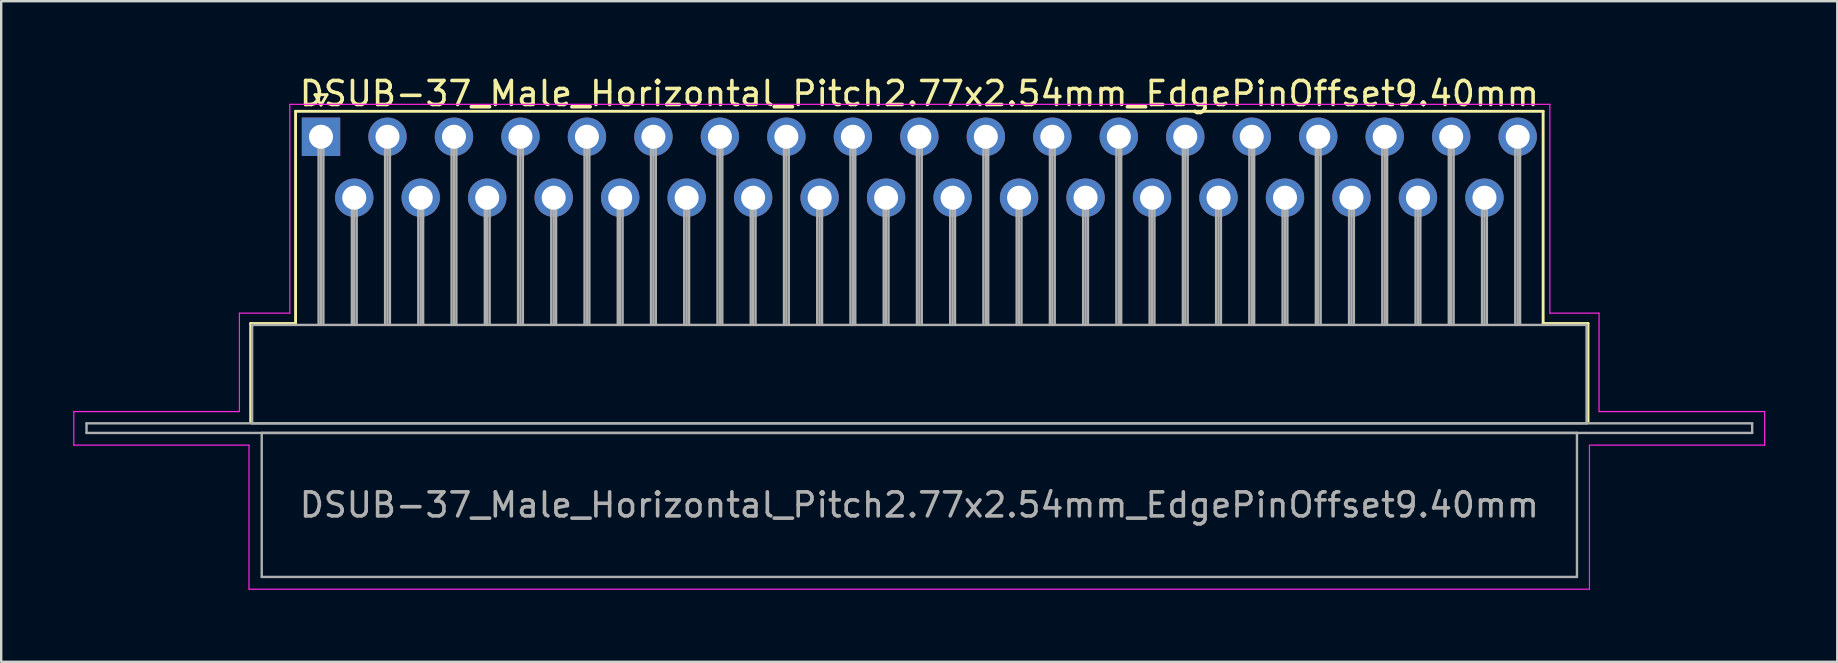
<source format=kicad_pcb>
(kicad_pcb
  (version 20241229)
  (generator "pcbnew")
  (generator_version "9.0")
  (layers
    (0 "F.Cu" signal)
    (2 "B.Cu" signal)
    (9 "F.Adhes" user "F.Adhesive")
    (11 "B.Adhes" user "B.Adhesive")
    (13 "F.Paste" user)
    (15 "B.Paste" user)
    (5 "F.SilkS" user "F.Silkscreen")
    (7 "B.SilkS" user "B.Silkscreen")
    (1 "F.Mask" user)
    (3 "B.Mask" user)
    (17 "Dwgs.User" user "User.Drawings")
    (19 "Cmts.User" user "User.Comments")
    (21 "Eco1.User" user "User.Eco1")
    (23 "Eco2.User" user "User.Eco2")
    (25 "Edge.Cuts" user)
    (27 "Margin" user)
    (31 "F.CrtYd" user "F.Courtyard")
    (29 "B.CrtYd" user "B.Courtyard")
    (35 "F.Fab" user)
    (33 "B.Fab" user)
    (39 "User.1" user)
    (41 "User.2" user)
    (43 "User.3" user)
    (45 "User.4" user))
  (footprint "DSUB-37_Male_Horizontal_Pitch2.77x2.54mm_EdgePinOffset9.40mm"
    (layer "F.Cu")
    (at 10.325 2.648)
    (property "Reference" "DSUB-37_Male_Horizontal_Pitch2.77x2.54mm_EdgePinOffset9.40mm" (at 24.93 -1.8 0) (layer "F.SilkS") (effects (font (size 1 1) (thickness 0.15))))
    (attr through_hole)
    (fp_line (start -2.93 7.78) (end -1.06 7.78) (stroke (width 0.12) (type solid)) (layer "F.SilkS"))
    (fp_line (start -2.93 11.88) (end -2.93 7.78) (stroke (width 0.12) (type solid)) (layer "F.SilkS"))
    (fp_line (start -1.06 -1.06) (end 50.92 -1.06) (stroke (width 0.12) (type solid)) (layer "F.SilkS"))
    (fp_line (start -1.06 7.78) (end -1.06 -1.06) (stroke (width 0.12) (type solid)) (layer "F.SilkS"))
    (fp_line (start -0.25 -1.754) (end 0.25 -1.754) (stroke (width 0.12) (type solid)) (layer "F.SilkS"))
    (fp_line (start 0 -1.321) (end -0.25 -1.754) (stroke (width 0.12) (type solid)) (layer "F.SilkS"))
    (fp_line (start 0.25 -1.754) (end 0 -1.321) (stroke (width 0.12) (type solid)) (layer "F.SilkS"))
    (fp_line (start 50.92 -1.06) (end 50.92 7.78) (stroke (width 0.12) (type solid)) (layer "F.SilkS"))
    (fp_line (start 50.92 7.78) (end 52.79 7.78) (stroke (width 0.12) (type solid)) (layer "F.SilkS"))
    (fp_line (start 52.79 7.78) (end 52.79 11.88) (stroke (width 0.12) (type solid)) (layer "F.SilkS"))
    (fp_line (start -10.3 11.45) (end -3.4 11.45) (stroke (width 0.05) (type solid)) (layer "F.CrtYd"))
    (fp_line (start -10.3 12.85) (end -10.3 11.45) (stroke (width 0.05) (type solid)) (layer "F.CrtYd"))
    (fp_line (start -3.4 7.35) (end -1.3 7.35) (stroke (width 0.05) (type solid)) (layer "F.CrtYd"))
    (fp_line (start -3.4 11.45) (end -3.4 7.35) (stroke (width 0.05) (type solid)) (layer "F.CrtYd"))
    (fp_line (start -3 12.85) (end -10.3 12.85) (stroke (width 0.05) (type solid)) (layer "F.CrtYd"))
    (fp_line (start -3 18.85) (end -3 12.85) (stroke (width 0.05) (type solid)) (layer "F.CrtYd"))
    (fp_line (start -1.3 -1.35) (end 51.2 -1.35) (stroke (width 0.05) (type solid)) (layer "F.CrtYd"))
    (fp_line (start -1.3 7.35) (end -1.3 -1.35) (stroke (width 0.05) (type solid)) (layer "F.CrtYd"))
    (fp_line (start 51.2 -1.35) (end 51.2 7.35) (stroke (width 0.05) (type solid)) (layer "F.CrtYd"))
    (fp_line (start 51.2 7.35) (end 53.25 7.35) (stroke (width 0.05) (type solid)) (layer "F.CrtYd"))
    (fp_line (start 52.85 12.85) (end 52.85 18.85) (stroke (width 0.05) (type solid)) (layer "F.CrtYd"))
    (fp_line (start 52.85 18.85) (end -3 18.85) (stroke (width 0.05) (type solid)) (layer "F.CrtYd"))
    (fp_line (start 53.25 7.35) (end 53.25 11.45) (stroke (width 0.05) (type solid)) (layer "F.CrtYd"))
    (fp_line (start 53.25 11.45) (end 60.15 11.45) (stroke (width 0.05) (type solid)) (layer "F.CrtYd"))
    (fp_line (start 60.15 11.45) (end 60.15 12.85) (stroke (width 0.05) (type solid)) (layer "F.CrtYd"))
    (fp_line (start 60.15 12.85) (end 52.85 12.85) (stroke (width 0.05) (type solid)) (layer "F.CrtYd"))
    (fp_line (start -9.77 11.94) (end -9.77 12.34) (stroke (width 0.1) (type solid)) (layer "F.Fab"))
    (fp_line (start -9.77 12.34) (end 59.63 12.34) (stroke (width 0.1) (type solid)) (layer "F.Fab"))
    (fp_line (start -2.87 7.84) (end -2.87 11.94) (stroke (width 0.1) (type solid)) (layer "F.Fab"))
    (fp_line (start -2.87 11.94) (end 52.73 11.94) (stroke (width 0.1) (type solid)) (layer "F.Fab"))
    (fp_line (start -2.47 12.34) (end -2.47 18.34) (stroke (width 0.1) (type solid)) (layer "F.Fab"))
    (fp_line (start -2.47 18.34) (end 52.33 18.34) (stroke (width 0.1) (type solid)) (layer "F.Fab"))
    (fp_line (start -0.1 0) (end -0.1 7.84) (stroke (width 0.1) (type solid)) (layer "F.Fab"))
    (fp_line (start 0 0) (end 0 7.84) (stroke (width 0.1) (type solid)) (layer "F.Fab"))
    (fp_line (start 0.1 0) (end 0.1 7.84) (stroke (width 0.1) (type solid)) (layer "F.Fab"))
    (fp_line (start 1.285 2.54) (end 1.285 7.84) (stroke (width 0.1) (type solid)) (layer "F.Fab"))
    (fp_line (start 1.385 2.54) (end 1.385 7.84) (stroke (width 0.1) (type solid)) (layer "F.Fab"))
    (fp_line (start 1.485 2.54) (end 1.485 7.84) (stroke (width 0.1) (type solid)) (layer "F.Fab"))
    (fp_line (start 2.67 0) (end 2.67 7.84) (stroke (width 0.1) (type solid)) (layer "F.Fab"))
    (fp_line (start 2.77 0) (end 2.77 7.84) (stroke (width 0.1) (type solid)) (layer "F.Fab"))
    (fp_line (start 2.87 0) (end 2.87 7.84) (stroke (width 0.1) (type solid)) (layer "F.Fab"))
    (fp_line (start 4.055 2.54) (end 4.055 7.84) (stroke (width 0.1) (type solid)) (layer "F.Fab"))
    (fp_line (start 4.155 2.54) (end 4.155 7.84) (stroke (width 0.1) (type solid)) (layer "F.Fab"))
    (fp_line (start 4.255 2.54) (end 4.255 7.84) (stroke (width 0.1) (type solid)) (layer "F.Fab"))
    (fp_line (start 5.44 0) (end 5.44 7.84) (stroke (width 0.1) (type solid)) (layer "F.Fab"))
    (fp_line (start 5.54 0) (end 5.54 7.84) (stroke (width 0.1) (type solid)) (layer "F.Fab"))
    (fp_line (start 5.64 0) (end 5.64 7.84) (stroke (width 0.1) (type solid)) (layer "F.Fab"))
    (fp_line (start 6.825 2.54) (end 6.825 7.84) (stroke (width 0.1) (type solid)) (layer "F.Fab"))
    (fp_line (start 6.925 2.54) (end 6.925 7.84) (stroke (width 0.1) (type solid)) (layer "F.Fab"))
    (fp_line (start 7.025 2.54) (end 7.025 7.84) (stroke (width 0.1) (type solid)) (layer "F.Fab"))
    (fp_line (start 8.21 0) (end 8.21 7.84) (stroke (width 0.1) (type solid)) (layer "F.Fab"))
    (fp_line (start 8.31 0) (end 8.31 7.84) (stroke (width 0.1) (type solid)) (layer "F.Fab"))
    (fp_line (start 8.41 0) (end 8.41 7.84) (stroke (width 0.1) (type solid)) (layer "F.Fab"))
    (fp_line (start 9.595 2.54) (end 9.595 7.84) (stroke (width 0.1) (type solid)) (layer "F.Fab"))
    (fp_line (start 9.695 2.54) (end 9.695 7.84) (stroke (width 0.1) (type solid)) (layer "F.Fab"))
    (fp_line (start 9.795 2.54) (end 9.795 7.84) (stroke (width 0.1) (type solid)) (layer "F.Fab"))
    (fp_line (start 10.98 0) (end 10.98 7.84) (stroke (width 0.1) (type solid)) (layer "F.Fab"))
    (fp_line (start 11.08 0) (end 11.08 7.84) (stroke (width 0.1) (type solid)) (layer "F.Fab"))
    (fp_line (start 11.18 0) (end 11.18 7.84) (stroke (width 0.1) (type solid)) (layer "F.Fab"))
    (fp_line (start 12.365 2.54) (end 12.365 7.84) (stroke (width 0.1) (type solid)) (layer "F.Fab"))
    (fp_line (start 12.465 2.54) (end 12.465 7.84) (stroke (width 0.1) (type solid)) (layer "F.Fab"))
    (fp_line (start 12.565 2.54) (end 12.565 7.84) (stroke (width 0.1) (type solid)) (layer "F.Fab"))
    (fp_line (start 13.75 0) (end 13.75 7.84) (stroke (width 0.1) (type solid)) (layer "F.Fab"))
    (fp_line (start 13.85 0) (end 13.85 7.84) (stroke (width 0.1) (type solid)) (layer "F.Fab"))
    (fp_line (start 13.95 0) (end 13.95 7.84) (stroke (width 0.1) (type solid)) (layer "F.Fab"))
    (fp_line (start 15.135 2.54) (end 15.135 7.84) (stroke (width 0.1) (type solid)) (layer "F.Fab"))
    (fp_line (start 15.235 2.54) (end 15.235 7.84) (stroke (width 0.1) (type solid)) (layer "F.Fab"))
    (fp_line (start 15.335 2.54) (end 15.335 7.84) (stroke (width 0.1) (type solid)) (layer "F.Fab"))
    (fp_line (start 16.52 0) (end 16.52 7.84) (stroke (width 0.1) (type solid)) (layer "F.Fab"))
    (fp_line (start 16.62 0) (end 16.62 7.84) (stroke (width 0.1) (type solid)) (layer "F.Fab"))
    (fp_line (start 16.72 0) (end 16.72 7.84) (stroke (width 0.1) (type solid)) (layer "F.Fab"))
    (fp_line (start 17.905 2.54) (end 17.905 7.84) (stroke (width 0.1) (type solid)) (layer "F.Fab"))
    (fp_line (start 18.005 2.54) (end 18.005 7.84) (stroke (width 0.1) (type solid)) (layer "F.Fab"))
    (fp_line (start 18.105 2.54) (end 18.105 7.84) (stroke (width 0.1) (type solid)) (layer "F.Fab"))
    (fp_line (start 19.29 0) (end 19.29 7.84) (stroke (width 0.1) (type solid)) (layer "F.Fab"))
    (fp_line (start 19.39 0) (end 19.39 7.84) (stroke (width 0.1) (type solid)) (layer "F.Fab"))
    (fp_line (start 19.49 0) (end 19.49 7.84) (stroke (width 0.1) (type solid)) (layer "F.Fab"))
    (fp_line (start 20.675 2.54) (end 20.675 7.84) (stroke (width 0.1) (type solid)) (layer "F.Fab"))
    (fp_line (start 20.775 2.54) (end 20.775 7.84) (stroke (width 0.1) (type solid)) (layer "F.Fab"))
    (fp_line (start 20.875 2.54) (end 20.875 7.84) (stroke (width 0.1) (type solid)) (layer "F.Fab"))
    (fp_line (start 22.06 0) (end 22.06 7.84) (stroke (width 0.1) (type solid)) (layer "F.Fab"))
    (fp_line (start 22.16 0) (end 22.16 7.84) (stroke (width 0.1) (type solid)) (layer "F.Fab"))
    (fp_line (start 22.26 0) (end 22.26 7.84) (stroke (width 0.1) (type solid)) (layer "F.Fab"))
    (fp_line (start 23.445 2.54) (end 23.445 7.84) (stroke (width 0.1) (type solid)) (layer "F.Fab"))
    (fp_line (start 23.545 2.54) (end 23.545 7.84) (stroke (width 0.1) (type solid)) (layer "F.Fab"))
    (fp_line (start 23.645 2.54) (end 23.645 7.84) (stroke (width 0.1) (type solid)) (layer "F.Fab"))
    (fp_line (start 24.83 0) (end 24.83 7.84) (stroke (width 0.1) (type solid)) (layer "F.Fab"))
    (fp_line (start 24.93 0) (end 24.93 7.84) (stroke (width 0.1) (type solid)) (layer "F.Fab"))
    (fp_line (start 25.03 0) (end 25.03 7.84) (stroke (width 0.1) (type solid)) (layer "F.Fab"))
    (fp_line (start 26.215 2.54) (end 26.215 7.84) (stroke (width 0.1) (type solid)) (layer "F.Fab"))
    (fp_line (start 26.315 2.54) (end 26.315 7.84) (stroke (width 0.1) (type solid)) (layer "F.Fab"))
    (fp_line (start 26.415 2.54) (end 26.415 7.84) (stroke (width 0.1) (type solid)) (layer "F.Fab"))
    (fp_line (start 27.6 0) (end 27.6 7.84) (stroke (width 0.1) (type solid)) (layer "F.Fab"))
    (fp_line (start 27.7 0) (end 27.7 7.84) (stroke (width 0.1) (type solid)) (layer "F.Fab"))
    (fp_line (start 27.8 0) (end 27.8 7.84) (stroke (width 0.1) (type solid)) (layer "F.Fab"))
    (fp_line (start 28.985 2.54) (end 28.985 7.84) (stroke (width 0.1) (type solid)) (layer "F.Fab"))
    (fp_line (start 29.085 2.54) (end 29.085 7.84) (stroke (width 0.1) (type solid)) (layer "F.Fab"))
    (fp_line (start 29.185 2.54) (end 29.185 7.84) (stroke (width 0.1) (type solid)) (layer "F.Fab"))
    (fp_line (start 30.37 0) (end 30.37 7.84) (stroke (width 0.1) (type solid)) (layer "F.Fab"))
    (fp_line (start 30.47 0) (end 30.47 7.84) (stroke (width 0.1) (type solid)) (layer "F.Fab"))
    (fp_line (start 30.57 0) (end 30.57 7.84) (stroke (width 0.1) (type solid)) (layer "F.Fab"))
    (fp_line (start 31.755 2.54) (end 31.755 7.84) (stroke (width 0.1) (type solid)) (layer "F.Fab"))
    (fp_line (start 31.855 2.54) (end 31.855 7.84) (stroke (width 0.1) (type solid)) (layer "F.Fab"))
    (fp_line (start 31.955 2.54) (end 31.955 7.84) (stroke (width 0.1) (type solid)) (layer "F.Fab"))
    (fp_line (start 33.14 0) (end 33.14 7.84) (stroke (width 0.1) (type solid)) (layer "F.Fab"))
    (fp_line (start 33.24 0) (end 33.24 7.84) (stroke (width 0.1) (type solid)) (layer "F.Fab"))
    (fp_line (start 33.34 0) (end 33.34 7.84) (stroke (width 0.1) (type solid)) (layer "F.Fab"))
    (fp_line (start 34.525 2.54) (end 34.525 7.84) (stroke (width 0.1) (type solid)) (layer "F.Fab"))
    (fp_line (start 34.625 2.54) (end 34.625 7.84) (stroke (width 0.1) (type solid)) (layer "F.Fab"))
    (fp_line (start 34.725 2.54) (end 34.725 7.84) (stroke (width 0.1) (type solid)) (layer "F.Fab"))
    (fp_line (start 35.91 0) (end 35.91 7.84) (stroke (width 0.1) (type solid)) (layer "F.Fab"))
    (fp_line (start 36.01 0) (end 36.01 7.84) (stroke (width 0.1) (type solid)) (layer "F.Fab"))
    (fp_line (start 36.11 0) (end 36.11 7.84) (stroke (width 0.1) (type solid)) (layer "F.Fab"))
    (fp_line (start 37.295 2.54) (end 37.295 7.84) (stroke (width 0.1) (type solid)) (layer "F.Fab"))
    (fp_line (start 37.395 2.54) (end 37.395 7.84) (stroke (width 0.1) (type solid)) (layer "F.Fab"))
    (fp_line (start 37.495 2.54) (end 37.495 7.84) (stroke (width 0.1) (type solid)) (layer "F.Fab"))
    (fp_line (start 38.68 0) (end 38.68 7.84) (stroke (width 0.1) (type solid)) (layer "F.Fab"))
    (fp_line (start 38.78 0) (end 38.78 7.84) (stroke (width 0.1) (type solid)) (layer "F.Fab"))
    (fp_line (start 38.88 0) (end 38.88 7.84) (stroke (width 0.1) (type solid)) (layer "F.Fab"))
    (fp_line (start 40.065 2.54) (end 40.065 7.84) (stroke (width 0.1) (type solid)) (layer "F.Fab"))
    (fp_line (start 40.165 2.54) (end 40.165 7.84) (stroke (width 0.1) (type solid)) (layer "F.Fab"))
    (fp_line (start 40.265 2.54) (end 40.265 7.84) (stroke (width 0.1) (type solid)) (layer "F.Fab"))
    (fp_line (start 41.45 0) (end 41.45 7.84) (stroke (width 0.1) (type solid)) (layer "F.Fab"))
    (fp_line (start 41.55 0) (end 41.55 7.84) (stroke (width 0.1) (type solid)) (layer "F.Fab"))
    (fp_line (start 41.65 0) (end 41.65 7.84) (stroke (width 0.1) (type solid)) (layer "F.Fab"))
    (fp_line (start 42.835 2.54) (end 42.835 7.84) (stroke (width 0.1) (type solid)) (layer "F.Fab"))
    (fp_line (start 42.935 2.54) (end 42.935 7.84) (stroke (width 0.1) (type solid)) (layer "F.Fab"))
    (fp_line (start 43.035 2.54) (end 43.035 7.84) (stroke (width 0.1) (type solid)) (layer "F.Fab"))
    (fp_line (start 44.22 0) (end 44.22 7.84) (stroke (width 0.1) (type solid)) (layer "F.Fab"))
    (fp_line (start 44.32 0) (end 44.32 7.84) (stroke (width 0.1) (type solid)) (layer "F.Fab"))
    (fp_line (start 44.42 0) (end 44.42 7.84) (stroke (width 0.1) (type solid)) (layer "F.Fab"))
    (fp_line (start 45.605 2.54) (end 45.605 7.84) (stroke (width 0.1) (type solid)) (layer "F.Fab"))
    (fp_line (start 45.705 2.54) (end 45.705 7.84) (stroke (width 0.1) (type solid)) (layer "F.Fab"))
    (fp_line (start 45.805 2.54) (end 45.805 7.84) (stroke (width 0.1) (type solid)) (layer "F.Fab"))
    (fp_line (start 46.99 0) (end 46.99 7.84) (stroke (width 0.1) (type solid)) (layer "F.Fab"))
    (fp_line (start 47.09 0) (end 47.09 7.84) (stroke (width 0.1) (type solid)) (layer "F.Fab"))
    (fp_line (start 47.19 0) (end 47.19 7.84) (stroke (width 0.1) (type solid)) (layer "F.Fab"))
    (fp_line (start 48.375 2.54) (end 48.375 7.84) (stroke (width 0.1) (type solid)) (layer "F.Fab"))
    (fp_line (start 48.475 2.54) (end 48.475 7.84) (stroke (width 0.1) (type solid)) (layer "F.Fab"))
    (fp_line (start 48.575 2.54) (end 48.575 7.84) (stroke (width 0.1) (type solid)) (layer "F.Fab"))
    (fp_line (start 49.76 0) (end 49.76 7.84) (stroke (width 0.1) (type solid)) (layer "F.Fab"))
    (fp_line (start 49.86 0) (end 49.86 7.84) (stroke (width 0.1) (type solid)) (layer "F.Fab"))
    (fp_line (start 49.96 0) (end 49.96 7.84) (stroke (width 0.1) (type solid)) (layer "F.Fab"))
    (fp_line (start 52.33 12.34) (end -2.47 12.34) (stroke (width 0.1) (type solid)) (layer "F.Fab"))
    (fp_line (start 52.33 18.34) (end 52.33 12.34) (stroke (width 0.1) (type solid)) (layer "F.Fab"))
    (fp_line (start 52.73 7.84) (end -2.87 7.84) (stroke (width 0.1) (type solid)) (layer "F.Fab"))
    (fp_line (start 52.73 11.94) (end 52.73 7.84) (stroke (width 0.1) (type solid)) (layer "F.Fab"))
    (fp_line (start 59.63 11.94) (end -9.77 11.94) (stroke (width 0.1) (type solid)) (layer "F.Fab"))
    (fp_line (start 59.63 12.34) (end 59.63 11.94) (stroke (width 0.1) (type solid)) (layer "F.Fab"))
    (fp_text user "${REFERENCE}" (at 24.93 15.34 0) (layer "F.Fab") (effects (font (size 1 1) (thickness 0.15))))
    (pad "1" thru_hole rect (at 0 0) (size 1.6 1.6) (drill 1) (layers "*.Cu" "*.Mask"))
    (pad "2" thru_hole circle (at 2.77 0) (size 1.6 1.6) (drill 1) (layers "*.Cu" "*.Mask"))
    (pad "3" thru_hole circle (at 5.54 0) (size 1.6 1.6) (drill 1) (layers "*.Cu" "*.Mask"))
    (pad "4" thru_hole circle (at 8.31 0) (size 1.6 1.6) (drill 1) (layers "*.Cu" "*.Mask"))
    (pad "5" thru_hole circle (at 11.08 0) (size 1.6 1.6) (drill 1) (layers "*.Cu" "*.Mask"))
    (pad "6" thru_hole circle (at 13.85 0) (size 1.6 1.6) (drill 1) (layers "*.Cu" "*.Mask"))
    (pad "7" thru_hole circle (at 16.62 0) (size 1.6 1.6) (drill 1) (layers "*.Cu" "*.Mask"))
    (pad "8" thru_hole circle (at 19.39 0) (size 1.6 1.6) (drill 1) (layers "*.Cu" "*.Mask"))
    (pad "9" thru_hole circle (at 22.16 0) (size 1.6 1.6) (drill 1) (layers "*.Cu" "*.Mask"))
    (pad "10" thru_hole circle (at 24.93 0) (size 1.6 1.6) (drill 1) (layers "*.Cu" "*.Mask"))
    (pad "11" thru_hole circle (at 27.7 0) (size 1.6 1.6) (drill 1) (layers "*.Cu" "*.Mask"))
    (pad "12" thru_hole circle (at 30.47 0) (size 1.6 1.6) (drill 1) (layers "*.Cu" "*.Mask"))
    (pad "13" thru_hole circle (at 33.24 0) (size 1.6 1.6) (drill 1) (layers "*.Cu" "*.Mask"))
    (pad "14" thru_hole circle (at 36.01 0) (size 1.6 1.6) (drill 1) (layers "*.Cu" "*.Mask"))
    (pad "15" thru_hole circle (at 38.78 0) (size 1.6 1.6) (drill 1) (layers "*.Cu" "*.Mask"))
    (pad "16" thru_hole circle (at 41.55 0) (size 1.6 1.6) (drill 1) (layers "*.Cu" "*.Mask"))
    (pad "17" thru_hole circle (at 44.32 0) (size 1.6 1.6) (drill 1) (layers "*.Cu" "*.Mask"))
    (pad "18" thru_hole circle (at 47.09 0) (size 1.6 1.6) (drill 1) (layers "*.Cu" "*.Mask"))
    (pad "19" thru_hole circle (at 49.86 0) (size 1.6 1.6) (drill 1) (layers "*.Cu" "*.Mask"))
    (pad "20" thru_hole circle (at 1.385 2.54) (size 1.6 1.6) (drill 1) (layers "*.Cu" "*.Mask"))
    (pad "21" thru_hole circle (at 4.155 2.54) (size 1.6 1.6) (drill 1) (layers "*.Cu" "*.Mask"))
    (pad "22" thru_hole circle (at 6.925 2.54) (size 1.6 1.6) (drill 1) (layers "*.Cu" "*.Mask"))
    (pad "23" thru_hole circle (at 9.695 2.54) (size 1.6 1.6) (drill 1) (layers "*.Cu" "*.Mask"))
    (pad "24" thru_hole circle (at 12.465 2.54) (size 1.6 1.6) (drill 1) (layers "*.Cu" "*.Mask"))
    (pad "25" thru_hole circle (at 15.235 2.54) (size 1.6 1.6) (drill 1) (layers "*.Cu" "*.Mask"))
    (pad "26" thru_hole circle (at 18.005 2.54) (size 1.6 1.6) (drill 1) (layers "*.Cu" "*.Mask"))
    (pad "27" thru_hole circle (at 20.775 2.54) (size 1.6 1.6) (drill 1) (layers "*.Cu" "*.Mask"))
    (pad "28" thru_hole circle (at 23.545 2.54) (size 1.6 1.6) (drill 1) (layers "*.Cu" "*.Mask"))
    (pad "29" thru_hole circle (at 26.315 2.54) (size 1.6 1.6) (drill 1) (layers "*.Cu" "*.Mask"))
    (pad "30" thru_hole circle (at 29.085 2.54) (size 1.6 1.6) (drill 1) (layers "*.Cu" "*.Mask"))
    (pad "31" thru_hole circle (at 31.855 2.54) (size 1.6 1.6) (drill 1) (layers "*.Cu" "*.Mask"))
    (pad "32" thru_hole circle (at 34.625 2.54) (size 1.6 1.6) (drill 1) (layers "*.Cu" "*.Mask"))
    (pad "33" thru_hole circle (at 37.395 2.54) (size 1.6 1.6) (drill 1) (layers "*.Cu" "*.Mask"))
    (pad "34" thru_hole circle (at 40.165 2.54) (size 1.6 1.6) (drill 1) (layers "*.Cu" "*.Mask"))
    (pad "35" thru_hole circle (at 42.935 2.54) (size 1.6 1.6) (drill 1) (layers "*.Cu" "*.Mask"))
    (pad "36" thru_hole circle (at 45.705 2.54) (size 1.6 1.6) (drill 1) (layers "*.Cu" "*.Mask"))
    (pad "37" thru_hole circle (at 48.475 2.54) (size 1.6 1.6) (drill 1) (layers "*.Cu" "*.Mask")))
  (gr_rect
    (start -3 -3)
    (end 73.5 24.523)
    (stroke (width 0.1) (type default))
    (fill no)
    (layer "Edge.Cuts")))
</source>
